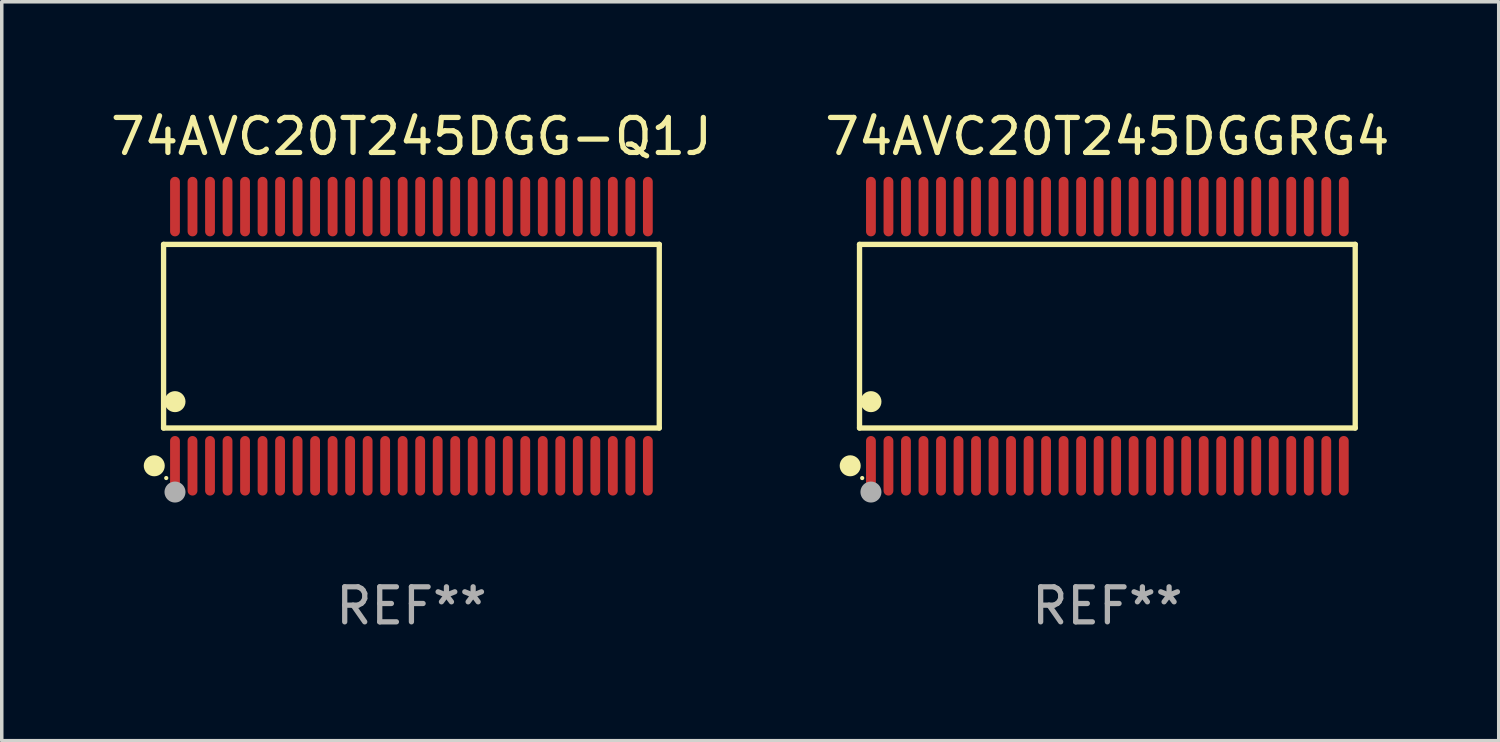
<source format=kicad_pcb>
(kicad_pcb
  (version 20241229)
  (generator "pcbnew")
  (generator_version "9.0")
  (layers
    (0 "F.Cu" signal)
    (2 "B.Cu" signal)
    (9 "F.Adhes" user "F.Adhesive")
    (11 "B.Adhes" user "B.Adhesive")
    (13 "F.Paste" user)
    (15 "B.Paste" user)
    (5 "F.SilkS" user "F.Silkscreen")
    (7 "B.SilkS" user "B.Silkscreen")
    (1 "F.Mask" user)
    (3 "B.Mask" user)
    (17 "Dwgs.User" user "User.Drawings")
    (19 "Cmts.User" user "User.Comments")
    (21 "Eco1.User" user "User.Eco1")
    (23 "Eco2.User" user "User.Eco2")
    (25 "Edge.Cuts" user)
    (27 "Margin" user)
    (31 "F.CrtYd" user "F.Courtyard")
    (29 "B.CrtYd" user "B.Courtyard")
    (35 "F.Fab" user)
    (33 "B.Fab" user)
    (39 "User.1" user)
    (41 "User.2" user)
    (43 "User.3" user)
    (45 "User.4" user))
  (footprint "74AVC20T245DGGRG4"
    (layer "F.Cu")
    (at 28.565 6.548)
    (property "Reference" "74AVC20T245DGGRG4" (at 0 -5.7 0) (layer "F.SilkS") (effects (font (size 1 1) (thickness 0.15))))
    (attr through_hole)
    (fp_line (start -7.076 -2.621) (end 7.076 -2.621) (stroke (width 0.152) (type solid)) (layer "F.SilkS"))
    (fp_line (start -7.076 2.621) (end -7.076 -2.621) (stroke (width 0.152) (type solid)) (layer "F.SilkS"))
    (fp_line (start 7.076 -2.621) (end 7.076 2.621) (stroke (width 0.152) (type solid)) (layer "F.SilkS"))
    (fp_line (start 7.076 2.621) (end -7.076 2.621) (stroke (width 0.152) (type solid)) (layer "F.SilkS"))
    (fp_circle (center -7.342 3.7) (end -7.192 3.7) (stroke (width 0.3) (type solid)) (fill no) (layer "F.SilkS"))
    (fp_circle (center -7 4.05) (end -6.97 4.05) (stroke (width 0.06) (type solid)) (fill no) (layer "F.SilkS"))
    (fp_circle (center -6.75 1.869) (end -6.6 1.869) (stroke (width 0.3) (type solid)) (fill no) (layer "F.SilkS"))
    (fp_circle (center -6.75 4.45) (end -6.6 4.45) (stroke (width 0.3) (type solid)) (fill no) (layer "F.Fab"))
    (fp_text user "REF**" (at 0 7.7 0) (layer "F.Fab") (effects (font (size 1 1) (thickness 0.15))))
    (pad "1" smd oval (at -6.75 3.7) (size 0.28 1.7) (layers "F.Cu" "F.Mask" "F.Paste"))
    (pad "2" smd oval (at -6.25 3.7) (size 0.28 1.7) (layers "F.Cu" "F.Mask" "F.Paste"))
    (pad "3" smd oval (at -5.75 3.7) (size 0.28 1.7) (layers "F.Cu" "F.Mask" "F.Paste"))
    (pad "4" smd oval (at -5.25 3.7) (size 0.28 1.7) (layers "F.Cu" "F.Mask" "F.Paste"))
    (pad "5" smd oval (at -4.75 3.7) (size 0.28 1.7) (layers "F.Cu" "F.Mask" "F.Paste"))
    (pad "6" smd oval (at -4.25 3.7) (size 0.28 1.7) (layers "F.Cu" "F.Mask" "F.Paste"))
    (pad "7" smd oval (at -3.75 3.7) (size 0.28 1.7) (layers "F.Cu" "F.Mask" "F.Paste"))
    (pad "8" smd oval (at -3.25 3.7) (size 0.28 1.7) (layers "F.Cu" "F.Mask" "F.Paste"))
    (pad "9" smd oval (at -2.75 3.7) (size 0.28 1.7) (layers "F.Cu" "F.Mask" "F.Paste"))
    (pad "10" smd oval (at -2.25 3.7) (size 0.28 1.7) (layers "F.Cu" "F.Mask" "F.Paste"))
    (pad "11" smd oval (at -1.75 3.7) (size 0.28 1.7) (layers "F.Cu" "F.Mask" "F.Paste"))
    (pad "12" smd oval (at -1.25 3.7) (size 0.28 1.7) (layers "F.Cu" "F.Mask" "F.Paste"))
    (pad "13" smd oval (at -0.75 3.7) (size 0.28 1.7) (layers "F.Cu" "F.Mask" "F.Paste"))
    (pad "14" smd oval (at -0.25 3.7) (size 0.28 1.7) (layers "F.Cu" "F.Mask" "F.Paste"))
    (pad "15" smd oval (at 0.25 3.7) (size 0.28 1.7) (layers "F.Cu" "F.Mask" "F.Paste"))
    (pad "16" smd oval (at 0.75 3.7) (size 0.28 1.7) (layers "F.Cu" "F.Mask" "F.Paste"))
    (pad "17" smd oval (at 1.25 3.7) (size 0.28 1.7) (layers "F.Cu" "F.Mask" "F.Paste"))
    (pad "18" smd oval (at 1.75 3.7) (size 0.28 1.7) (layers "F.Cu" "F.Mask" "F.Paste"))
    (pad "19" smd oval (at 2.25 3.7) (size 0.28 1.7) (layers "F.Cu" "F.Mask" "F.Paste"))
    (pad "20" smd oval (at 2.75 3.7) (size 0.28 1.7) (layers "F.Cu" "F.Mask" "F.Paste"))
    (pad "21" smd oval (at 3.25 3.7) (size 0.28 1.7) (layers "F.Cu" "F.Mask" "F.Paste"))
    (pad "22" smd oval (at 3.75 3.7) (size 0.28 1.7) (layers "F.Cu" "F.Mask" "F.Paste"))
    (pad "23" smd oval (at 4.25 3.7) (size 0.28 1.7) (layers "F.Cu" "F.Mask" "F.Paste"))
    (pad "24" smd oval (at 4.75 3.7) (size 0.28 1.7) (layers "F.Cu" "F.Mask" "F.Paste"))
    (pad "25" smd oval (at 5.25 3.7) (size 0.28 1.7) (layers "F.Cu" "F.Mask" "F.Paste"))
    (pad "26" smd oval (at 5.75 3.7) (size 0.28 1.7) (layers "F.Cu" "F.Mask" "F.Paste"))
    (pad "27" smd oval (at 6.25 3.7) (size 0.28 1.7) (layers "F.Cu" "F.Mask" "F.Paste"))
    (pad "28" smd oval (at 6.75 3.7) (size 0.28 1.7) (layers "F.Cu" "F.Mask" "F.Paste"))
    (pad "29" smd oval (at 6.75 -3.7) (size 0.28 1.7) (layers "F.Cu" "F.Mask" "F.Paste"))
    (pad "30" smd oval (at 6.25 -3.7) (size 0.28 1.7) (layers "F.Cu" "F.Mask" "F.Paste"))
    (pad "31" smd oval (at 5.75 -3.7) (size 0.28 1.7) (layers "F.Cu" "F.Mask" "F.Paste"))
    (pad "32" smd oval (at 5.25 -3.7) (size 0.28 1.7) (layers "F.Cu" "F.Mask" "F.Paste"))
    (pad "33" smd oval (at 4.75 -3.7) (size 0.28 1.7) (layers "F.Cu" "F.Mask" "F.Paste"))
    (pad "34" smd oval (at 4.25 -3.7) (size 0.28 1.7) (layers "F.Cu" "F.Mask" "F.Paste"))
    (pad "35" smd oval (at 3.75 -3.7) (size 0.28 1.7) (layers "F.Cu" "F.Mask" "F.Paste"))
    (pad "36" smd oval (at 3.25 -3.7) (size 0.28 1.7) (layers "F.Cu" "F.Mask" "F.Paste"))
    (pad "37" smd oval (at 2.75 -3.7) (size 0.28 1.7) (layers "F.Cu" "F.Mask" "F.Paste"))
    (pad "38" smd oval (at 2.25 -3.7) (size 0.28 1.7) (layers "F.Cu" "F.Mask" "F.Paste"))
    (pad "39" smd oval (at 1.75 -3.7) (size 0.28 1.7) (layers "F.Cu" "F.Mask" "F.Paste"))
    (pad "40" smd oval (at 1.25 -3.7) (size 0.28 1.7) (layers "F.Cu" "F.Mask" "F.Paste"))
    (pad "41" smd oval (at 0.75 -3.7) (size 0.28 1.7) (layers "F.Cu" "F.Mask" "F.Paste"))
    (pad "42" smd oval (at 0.25 -3.7) (size 0.28 1.7) (layers "F.Cu" "F.Mask" "F.Paste"))
    (pad "43" smd oval (at -0.25 -3.7) (size 0.28 1.7) (layers "F.Cu" "F.Mask" "F.Paste"))
    (pad "44" smd oval (at -0.75 -3.7) (size 0.28 1.7) (layers "F.Cu" "F.Mask" "F.Paste"))
    (pad "45" smd oval (at -1.25 -3.7) (size 0.28 1.7) (layers "F.Cu" "F.Mask" "F.Paste"))
    (pad "46" smd oval (at -1.75 -3.7) (size 0.28 1.7) (layers "F.Cu" "F.Mask" "F.Paste"))
    (pad "47" smd oval (at -2.25 -3.7) (size 0.28 1.7) (layers "F.Cu" "F.Mask" "F.Paste"))
    (pad "48" smd oval (at -2.75 -3.7) (size 0.28 1.7) (layers "F.Cu" "F.Mask" "F.Paste"))
    (pad "49" smd oval (at -3.25 -3.7) (size 0.28 1.7) (layers "F.Cu" "F.Mask" "F.Paste"))
    (pad "50" smd oval (at -3.75 -3.7) (size 0.28 1.7) (layers "F.Cu" "F.Mask" "F.Paste"))
    (pad "51" smd oval (at -4.25 -3.7) (size 0.28 1.7) (layers "F.Cu" "F.Mask" "F.Paste"))
    (pad "52" smd oval (at -4.75 -3.7) (size 0.28 1.7) (layers "F.Cu" "F.Mask" "F.Paste"))
    (pad "53" smd oval (at -5.25 -3.7) (size 0.28 1.7) (layers "F.Cu" "F.Mask" "F.Paste"))
    (pad "54" smd oval (at -5.75 -3.7) (size 0.28 1.7) (layers "F.Cu" "F.Mask" "F.Paste"))
    (pad "55" smd oval (at -6.25 -3.7) (size 0.28 1.7) (layers "F.Cu" "F.Mask" "F.Paste"))
    (pad "56" smd oval (at -6.75 -3.7) (size 0.28 1.7) (layers "F.Cu" "F.Mask" "F.Paste")))
  (footprint "74AVC20T245DGG-Q1J"
    (layer "F.Cu")
    (at 8.696 6.548)
    (property "Reference" "74AVC20T245DGG-Q1J" (at 0 -5.7 0) (layer "F.SilkS") (effects (font (size 1 1) (thickness 0.15))))
    (attr through_hole)
    (fp_line (start -7.076 -2.621) (end 7.076 -2.621) (stroke (width 0.152) (type solid)) (layer "F.SilkS"))
    (fp_line (start -7.076 2.621) (end -7.076 -2.621) (stroke (width 0.152) (type solid)) (layer "F.SilkS"))
    (fp_line (start 7.076 -2.621) (end 7.076 2.621) (stroke (width 0.152) (type solid)) (layer "F.SilkS"))
    (fp_line (start 7.076 2.621) (end -7.076 2.621) (stroke (width 0.152) (type solid)) (layer "F.SilkS"))
    (fp_circle (center -7.342 3.7) (end -7.192 3.7) (stroke (width 0.3) (type solid)) (fill no) (layer "F.SilkS"))
    (fp_circle (center -7 4.05) (end -6.97 4.05) (stroke (width 0.06) (type solid)) (fill no) (layer "F.SilkS"))
    (fp_circle (center -6.75 1.869) (end -6.6 1.869) (stroke (width 0.3) (type solid)) (fill no) (layer "F.SilkS"))
    (fp_circle (center -6.75 4.45) (end -6.6 4.45) (stroke (width 0.3) (type solid)) (fill no) (layer "F.Fab"))
    (fp_text user "REF**" (at 0 7.7 0) (layer "F.Fab") (effects (font (size 1 1) (thickness 0.15))))
    (pad "1" smd oval (at -6.75 3.7) (size 0.28 1.7) (layers "F.Cu" "F.Mask" "F.Paste"))
    (pad "2" smd oval (at -6.25 3.7) (size 0.28 1.7) (layers "F.Cu" "F.Mask" "F.Paste"))
    (pad "3" smd oval (at -5.75 3.7) (size 0.28 1.7) (layers "F.Cu" "F.Mask" "F.Paste"))
    (pad "4" smd oval (at -5.25 3.7) (size 0.28 1.7) (layers "F.Cu" "F.Mask" "F.Paste"))
    (pad "5" smd oval (at -4.75 3.7) (size 0.28 1.7) (layers "F.Cu" "F.Mask" "F.Paste"))
    (pad "6" smd oval (at -4.25 3.7) (size 0.28 1.7) (layers "F.Cu" "F.Mask" "F.Paste"))
    (pad "7" smd oval (at -3.75 3.7) (size 0.28 1.7) (layers "F.Cu" "F.Mask" "F.Paste"))
    (pad "8" smd oval (at -3.25 3.7) (size 0.28 1.7) (layers "F.Cu" "F.Mask" "F.Paste"))
    (pad "9" smd oval (at -2.75 3.7) (size 0.28 1.7) (layers "F.Cu" "F.Mask" "F.Paste"))
    (pad "10" smd oval (at -2.25 3.7) (size 0.28 1.7) (layers "F.Cu" "F.Mask" "F.Paste"))
    (pad "11" smd oval (at -1.75 3.7) (size 0.28 1.7) (layers "F.Cu" "F.Mask" "F.Paste"))
    (pad "12" smd oval (at -1.25 3.7) (size 0.28 1.7) (layers "F.Cu" "F.Mask" "F.Paste"))
    (pad "13" smd oval (at -0.75 3.7) (size 0.28 1.7) (layers "F.Cu" "F.Mask" "F.Paste"))
    (pad "14" smd oval (at -0.25 3.7) (size 0.28 1.7) (layers "F.Cu" "F.Mask" "F.Paste"))
    (pad "15" smd oval (at 0.25 3.7) (size 0.28 1.7) (layers "F.Cu" "F.Mask" "F.Paste"))
    (pad "16" smd oval (at 0.75 3.7) (size 0.28 1.7) (layers "F.Cu" "F.Mask" "F.Paste"))
    (pad "17" smd oval (at 1.25 3.7) (size 0.28 1.7) (layers "F.Cu" "F.Mask" "F.Paste"))
    (pad "18" smd oval (at 1.75 3.7) (size 0.28 1.7) (layers "F.Cu" "F.Mask" "F.Paste"))
    (pad "19" smd oval (at 2.25 3.7) (size 0.28 1.7) (layers "F.Cu" "F.Mask" "F.Paste"))
    (pad "20" smd oval (at 2.75 3.7) (size 0.28 1.7) (layers "F.Cu" "F.Mask" "F.Paste"))
    (pad "21" smd oval (at 3.25 3.7) (size 0.28 1.7) (layers "F.Cu" "F.Mask" "F.Paste"))
    (pad "22" smd oval (at 3.75 3.7) (size 0.28 1.7) (layers "F.Cu" "F.Mask" "F.Paste"))
    (pad "23" smd oval (at 4.25 3.7) (size 0.28 1.7) (layers "F.Cu" "F.Mask" "F.Paste"))
    (pad "24" smd oval (at 4.75 3.7) (size 0.28 1.7) (layers "F.Cu" "F.Mask" "F.Paste"))
    (pad "25" smd oval (at 5.25 3.7) (size 0.28 1.7) (layers "F.Cu" "F.Mask" "F.Paste"))
    (pad "26" smd oval (at 5.75 3.7) (size 0.28 1.7) (layers "F.Cu" "F.Mask" "F.Paste"))
    (pad "27" smd oval (at 6.25 3.7) (size 0.28 1.7) (layers "F.Cu" "F.Mask" "F.Paste"))
    (pad "28" smd oval (at 6.75 3.7) (size 0.28 1.7) (layers "F.Cu" "F.Mask" "F.Paste"))
    (pad "29" smd oval (at 6.75 -3.7) (size 0.28 1.7) (layers "F.Cu" "F.Mask" "F.Paste"))
    (pad "30" smd oval (at 6.25 -3.7) (size 0.28 1.7) (layers "F.Cu" "F.Mask" "F.Paste"))
    (pad "31" smd oval (at 5.75 -3.7) (size 0.28 1.7) (layers "F.Cu" "F.Mask" "F.Paste"))
    (pad "32" smd oval (at 5.25 -3.7) (size 0.28 1.7) (layers "F.Cu" "F.Mask" "F.Paste"))
    (pad "33" smd oval (at 4.75 -3.7) (size 0.28 1.7) (layers "F.Cu" "F.Mask" "F.Paste"))
    (pad "34" smd oval (at 4.25 -3.7) (size 0.28 1.7) (layers "F.Cu" "F.Mask" "F.Paste"))
    (pad "35" smd oval (at 3.75 -3.7) (size 0.28 1.7) (layers "F.Cu" "F.Mask" "F.Paste"))
    (pad "36" smd oval (at 3.25 -3.7) (size 0.28 1.7) (layers "F.Cu" "F.Mask" "F.Paste"))
    (pad "37" smd oval (at 2.75 -3.7) (size 0.28 1.7) (layers "F.Cu" "F.Mask" "F.Paste"))
    (pad "38" smd oval (at 2.25 -3.7) (size 0.28 1.7) (layers "F.Cu" "F.Mask" "F.Paste"))
    (pad "39" smd oval (at 1.75 -3.7) (size 0.28 1.7) (layers "F.Cu" "F.Mask" "F.Paste"))
    (pad "40" smd oval (at 1.25 -3.7) (size 0.28 1.7) (layers "F.Cu" "F.Mask" "F.Paste"))
    (pad "41" smd oval (at 0.75 -3.7) (size 0.28 1.7) (layers "F.Cu" "F.Mask" "F.Paste"))
    (pad "42" smd oval (at 0.25 -3.7) (size 0.28 1.7) (layers "F.Cu" "F.Mask" "F.Paste"))
    (pad "43" smd oval (at -0.25 -3.7) (size 0.28 1.7) (layers "F.Cu" "F.Mask" "F.Paste"))
    (pad "44" smd oval (at -0.75 -3.7) (size 0.28 1.7) (layers "F.Cu" "F.Mask" "F.Paste"))
    (pad "45" smd oval (at -1.25 -3.7) (size 0.28 1.7) (layers "F.Cu" "F.Mask" "F.Paste"))
    (pad "46" smd oval (at -1.75 -3.7) (size 0.28 1.7) (layers "F.Cu" "F.Mask" "F.Paste"))
    (pad "47" smd oval (at -2.25 -3.7) (size 0.28 1.7) (layers "F.Cu" "F.Mask" "F.Paste"))
    (pad "48" smd oval (at -2.75 -3.7) (size 0.28 1.7) (layers "F.Cu" "F.Mask" "F.Paste"))
    (pad "49" smd oval (at -3.25 -3.7) (size 0.28 1.7) (layers "F.Cu" "F.Mask" "F.Paste"))
    (pad "50" smd oval (at -3.75 -3.7) (size 0.28 1.7) (layers "F.Cu" "F.Mask" "F.Paste"))
    (pad "51" smd oval (at -4.25 -3.7) (size 0.28 1.7) (layers "F.Cu" "F.Mask" "F.Paste"))
    (pad "52" smd oval (at -4.75 -3.7) (size 0.28 1.7) (layers "F.Cu" "F.Mask" "F.Paste"))
    (pad "53" smd oval (at -5.25 -3.7) (size 0.28 1.7) (layers "F.Cu" "F.Mask" "F.Paste"))
    (pad "54" smd oval (at -5.75 -3.7) (size 0.28 1.7) (layers "F.Cu" "F.Mask" "F.Paste"))
    (pad "55" smd oval (at -6.25 -3.7) (size 0.28 1.7) (layers "F.Cu" "F.Mask" "F.Paste"))
    (pad "56" smd oval (at -6.75 -3.7) (size 0.28 1.7) (layers "F.Cu" "F.Mask" "F.Paste")))
  (gr_rect
    (start -3 -3)
    (end 39.738 18.097)
    (stroke (width 0.1) (type default))
    (fill no)
    (layer "Edge.Cuts")))
</source>
